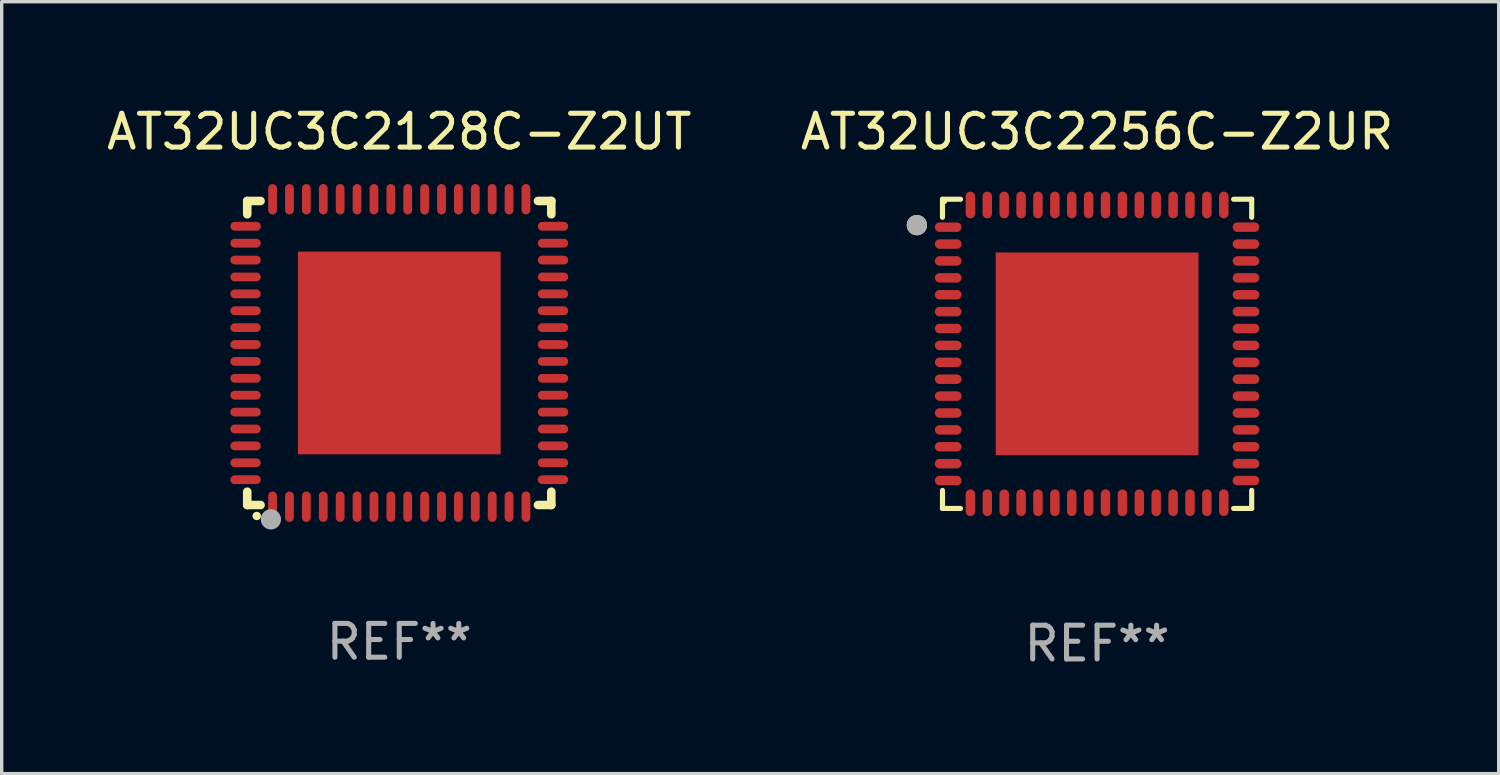
<source format=kicad_pcb>
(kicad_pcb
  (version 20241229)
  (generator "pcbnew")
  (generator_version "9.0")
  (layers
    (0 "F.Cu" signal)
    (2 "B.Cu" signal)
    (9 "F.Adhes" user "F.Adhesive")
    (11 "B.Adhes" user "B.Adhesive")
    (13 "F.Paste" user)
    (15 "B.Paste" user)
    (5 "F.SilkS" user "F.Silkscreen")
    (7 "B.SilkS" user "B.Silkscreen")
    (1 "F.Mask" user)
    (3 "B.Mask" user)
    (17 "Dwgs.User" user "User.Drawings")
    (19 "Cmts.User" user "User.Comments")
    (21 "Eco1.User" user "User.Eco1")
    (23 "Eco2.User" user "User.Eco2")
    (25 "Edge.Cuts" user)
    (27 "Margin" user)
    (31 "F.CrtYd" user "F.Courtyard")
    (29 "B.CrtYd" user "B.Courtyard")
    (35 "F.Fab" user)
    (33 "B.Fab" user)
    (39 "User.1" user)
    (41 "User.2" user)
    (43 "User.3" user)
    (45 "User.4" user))
  (footprint "AT32UC3C2128C-Z2UT"
    (layer "F.Cu")
    (at 8.768 7.398)
    (property "Reference" "AT32UC3C2128C-Z2UT" (at 0 -6.55 0) (layer "F.SilkS") (effects (font (size 1 1) (thickness 0.15))))
    (attr through_hole)
    (fp_line (start -4.5 -4.5) (end -4.106 -4.5) (stroke (width 0.254) (type solid)) (layer "F.SilkS"))
    (fp_line (start -4.5 -4.106) (end -4.5 -4.5) (stroke (width 0.254) (type solid)) (layer "F.SilkS"))
    (fp_line (start -4.5 4.5) (end -4.5 4.106) (stroke (width 0.254) (type solid)) (layer "F.SilkS"))
    (fp_line (start -4.106 4.5) (end -4.5 4.5) (stroke (width 0.254) (type solid)) (layer "F.SilkS"))
    (fp_line (start 4.106 -4.5) (end 4.5 -4.5) (stroke (width 0.254) (type solid)) (layer "F.SilkS"))
    (fp_line (start 4.5 -4.5) (end 4.5 -4.106) (stroke (width 0.254) (type solid)) (layer "F.SilkS"))
    (fp_line (start 4.5 4.106) (end 4.5 4.5) (stroke (width 0.254) (type solid)) (layer "F.SilkS"))
    (fp_line (start 4.5 4.5) (end 4.106 4.5) (stroke (width 0.254) (type solid)) (layer "F.SilkS"))
    (fp_arc (start -4.220041 4.824308) (mid -4.218771 4.824302) (end -4.217501 4.824308) (stroke (width 0.24892) (type solid)) (layer "F.SilkS"))
    (fp_circle (center -4.5 4.5) (end -4.47 4.5) (stroke (width 0.06) (type solid)) (fill no) (layer "F.SilkS"))
    (fp_circle (center -3.8 4.924) (end -3.65 4.924) (stroke (width 0.3) (type solid)) (fill no) (layer "F.Fab"))
    (fp_text user "REF**" (at 0 8.55 0) (layer "F.Fab") (effects (font (size 1 1) (thickness 0.15))))
    (pad "1" smd oval (at -3.75 4.55 90) (size 0.9 0.26) (layers "F.Cu" "F.Mask" "F.Paste"))
    (pad "2" smd oval (at -3.25 4.55 90) (size 0.9 0.26) (layers "F.Cu" "F.Mask" "F.Paste"))
    (pad "3" smd oval (at -2.75 4.55 90) (size 0.9 0.26) (layers "F.Cu" "F.Mask" "F.Paste"))
    (pad "4" smd oval (at -2.25 4.55 90) (size 0.9 0.26) (layers "F.Cu" "F.Mask" "F.Paste"))
    (pad "5" smd oval (at -1.75 4.55 90) (size 0.9 0.26) (layers "F.Cu" "F.Mask" "F.Paste"))
    (pad "6" smd oval (at -1.25 4.55 90) (size 0.9 0.26) (layers "F.Cu" "F.Mask" "F.Paste"))
    (pad "7" smd oval (at -0.75 4.55 90) (size 0.9 0.26) (layers "F.Cu" "F.Mask" "F.Paste"))
    (pad "8" smd oval (at -0.25 4.55 90) (size 0.9 0.26) (layers "F.Cu" "F.Mask" "F.Paste"))
    (pad "9" smd oval (at 0.25 4.55 90) (size 0.9 0.26) (layers "F.Cu" "F.Mask" "F.Paste"))
    (pad "10" smd oval (at 0.75 4.55 90) (size 0.9 0.26) (layers "F.Cu" "F.Mask" "F.Paste"))
    (pad "11" smd oval (at 1.25 4.55 90) (size 0.9 0.26) (layers "F.Cu" "F.Mask" "F.Paste"))
    (pad "12" smd oval (at 1.75 4.55 90) (size 0.9 0.26) (layers "F.Cu" "F.Mask" "F.Paste"))
    (pad "13" smd oval (at 2.25 4.55 90) (size 0.9 0.26) (layers "F.Cu" "F.Mask" "F.Paste"))
    (pad "14" smd oval (at 2.75 4.55 90) (size 0.9 0.26) (layers "F.Cu" "F.Mask" "F.Paste"))
    (pad "15" smd oval (at 3.25 4.55 90) (size 0.9 0.26) (layers "F.Cu" "F.Mask" "F.Paste"))
    (pad "16" smd oval (at 3.75 4.55 90) (size 0.9 0.26) (layers "F.Cu" "F.Mask" "F.Paste"))
    (pad "17" smd oval (at 4.55 3.75 90) (size 0.26 0.9) (layers "F.Cu" "F.Mask" "F.Paste"))
    (pad "18" smd oval (at 4.55 3.25 90) (size 0.26 0.9) (layers "F.Cu" "F.Mask" "F.Paste"))
    (pad "19" smd oval (at 4.55 2.75 90) (size 0.26 0.9) (layers "F.Cu" "F.Mask" "F.Paste"))
    (pad "20" smd oval (at 4.55 2.25 90) (size 0.26 0.9) (layers "F.Cu" "F.Mask" "F.Paste"))
    (pad "21" smd oval (at 4.55 1.75 90) (size 0.26 0.9) (layers "F.Cu" "F.Mask" "F.Paste"))
    (pad "22" smd oval (at 4.55 1.25 90) (size 0.26 0.9) (layers "F.Cu" "F.Mask" "F.Paste"))
    (pad "23" smd oval (at 4.55 0.75 90) (size 0.26 0.9) (layers "F.Cu" "F.Mask" "F.Paste"))
    (pad "24" smd oval (at 4.55 0.25 90) (size 0.26 0.9) (layers "F.Cu" "F.Mask" "F.Paste"))
    (pad "25" smd oval (at 4.55 -0.25 90) (size 0.26 0.9) (layers "F.Cu" "F.Mask" "F.Paste"))
    (pad "26" smd oval (at 4.55 -0.75 90) (size 0.26 0.9) (layers "F.Cu" "F.Mask" "F.Paste"))
    (pad "27" smd oval (at 4.55 -1.25 90) (size 0.26 0.9) (layers "F.Cu" "F.Mask" "F.Paste"))
    (pad "28" smd oval (at 4.55 -1.75 90) (size 0.26 0.9) (layers "F.Cu" "F.Mask" "F.Paste"))
    (pad "29" smd oval (at 4.55 -2.25 90) (size 0.26 0.9) (layers "F.Cu" "F.Mask" "F.Paste"))
    (pad "30" smd oval (at 4.55 -2.75 90) (size 0.26 0.9) (layers "F.Cu" "F.Mask" "F.Paste"))
    (pad "31" smd oval (at 4.55 -3.25 90) (size 0.26 0.9) (layers "F.Cu" "F.Mask" "F.Paste"))
    (pad "32" smd oval (at 4.55 -3.75 90) (size 0.26 0.9) (layers "F.Cu" "F.Mask" "F.Paste"))
    (pad "33" smd oval (at 3.75 -4.55 90) (size 0.9 0.26) (layers "F.Cu" "F.Mask" "F.Paste"))
    (pad "34" smd oval (at 3.25 -4.55 90) (size 0.9 0.26) (layers "F.Cu" "F.Mask" "F.Paste"))
    (pad "35" smd oval (at 2.75 -4.55 90) (size 0.9 0.26) (layers "F.Cu" "F.Mask" "F.Paste"))
    (pad "36" smd oval (at 2.25 -4.55 90) (size 0.9 0.26) (layers "F.Cu" "F.Mask" "F.Paste"))
    (pad "37" smd oval (at 1.75 -4.55 90) (size 0.9 0.26) (layers "F.Cu" "F.Mask" "F.Paste"))
    (pad "38" smd oval (at 1.25 -4.55 90) (size 0.9 0.26) (layers "F.Cu" "F.Mask" "F.Paste"))
    (pad "39" smd oval (at 0.75 -4.55 90) (size 0.9 0.26) (layers "F.Cu" "F.Mask" "F.Paste"))
    (pad "40" smd oval (at 0.25 -4.55 90) (size 0.9 0.26) (layers "F.Cu" "F.Mask" "F.Paste"))
    (pad "41" smd oval (at -0.25 -4.55 90) (size 0.9 0.26) (layers "F.Cu" "F.Mask" "F.Paste"))
    (pad "42" smd oval (at -0.75 -4.55 90) (size 0.9 0.26) (layers "F.Cu" "F.Mask" "F.Paste"))
    (pad "43" smd oval (at -1.25 -4.55 90) (size 0.9 0.26) (layers "F.Cu" "F.Mask" "F.Paste"))
    (pad "44" smd oval (at -1.75 -4.55 90) (size 0.9 0.26) (layers "F.Cu" "F.Mask" "F.Paste"))
    (pad "45" smd oval (at -2.25 -4.55 90) (size 0.9 0.26) (layers "F.Cu" "F.Mask" "F.Paste"))
    (pad "46" smd oval (at -2.75 -4.55 90) (size 0.9 0.26) (layers "F.Cu" "F.Mask" "F.Paste"))
    (pad "47" smd oval (at -3.25 -4.55 90) (size 0.9 0.26) (layers "F.Cu" "F.Mask" "F.Paste"))
    (pad "48" smd oval (at -3.75 -4.55 90) (size 0.9 0.26) (layers "F.Cu" "F.Mask" "F.Paste"))
    (pad "49" smd oval (at -4.55 -3.75 90) (size 0.26 0.9) (layers "F.Cu" "F.Mask" "F.Paste"))
    (pad "50" smd oval (at -4.55 -3.25 90) (size 0.26 0.9) (layers "F.Cu" "F.Mask" "F.Paste"))
    (pad "51" smd oval (at -4.55 -2.75 90) (size 0.26 0.9) (layers "F.Cu" "F.Mask" "F.Paste"))
    (pad "52" smd oval (at -4.55 -2.25 90) (size 0.26 0.9) (layers "F.Cu" "F.Mask" "F.Paste"))
    (pad "53" smd oval (at -4.55 -1.75 90) (size 0.26 0.9) (layers "F.Cu" "F.Mask" "F.Paste"))
    (pad "54" smd oval (at -4.55 -1.25 90) (size 0.26 0.9) (layers "F.Cu" "F.Mask" "F.Paste"))
    (pad "55" smd oval (at -4.55 -0.75 90) (size 0.26 0.9) (layers "F.Cu" "F.Mask" "F.Paste"))
    (pad "56" smd oval (at -4.55 -0.25 90) (size 0.26 0.9) (layers "F.Cu" "F.Mask" "F.Paste"))
    (pad "57" smd oval (at -4.55 0.25 90) (size 0.26 0.9) (layers "F.Cu" "F.Mask" "F.Paste"))
    (pad "58" smd oval (at -4.55 0.75 90) (size 0.26 0.9) (layers "F.Cu" "F.Mask" "F.Paste"))
    (pad "59" smd oval (at -4.55 1.25 90) (size 0.26 0.9) (layers "F.Cu" "F.Mask" "F.Paste"))
    (pad "60" smd oval (at -4.55 1.75 90) (size 0.26 0.9) (layers "F.Cu" "F.Mask" "F.Paste"))
    (pad "61" smd oval (at -4.55 2.25 90) (size 0.26 0.9) (layers "F.Cu" "F.Mask" "F.Paste"))
    (pad "62" smd oval (at -4.55 2.75 90) (size 0.26 0.9) (layers "F.Cu" "F.Mask" "F.Paste"))
    (pad "63" smd oval (at -4.55 3.25 90) (size 0.26 0.9) (layers "F.Cu" "F.Mask" "F.Paste"))
    (pad "64" smd oval (at -4.55 3.75 90) (size 0.26 0.9) (layers "F.Cu" "F.Mask" "F.Paste"))
    (pad "65" smd rect (at 0.000381 0 90) (size 6 6) (layers "F.Cu" "F.Mask" "F.Paste")))
  (footprint "AT32UC3C2256C-Z2UR"
    (layer "F.Cu")
    (at 29.423 7.424)
    (property "Reference" "AT32UC3C2256C-Z2UR" (at 0 -6.576 0) (layer "F.SilkS") (effects (font (size 1 1) (thickness 0.15))))
    (attr through_hole)
    (fp_line (start -4.576 -4.576) (end -4.042 -4.576) (stroke (width 0.152) (type solid)) (layer "F.SilkS"))
    (fp_line (start -4.576 -4.042) (end -4.576 -4.576) (stroke (width 0.152) (type solid)) (layer "F.SilkS"))
    (fp_line (start -4.576 4.042) (end -4.576 4.576) (stroke (width 0.152) (type solid)) (layer "F.SilkS"))
    (fp_line (start -4.576 4.576) (end -4.042 4.576) (stroke (width 0.152) (type solid)) (layer "F.SilkS"))
    (fp_line (start 4.576 -4.576) (end 4.042 -4.576) (stroke (width 0.152) (type solid)) (layer "F.SilkS"))
    (fp_line (start 4.576 -4.042) (end 4.576 -4.576) (stroke (width 0.152) (type solid)) (layer "F.SilkS"))
    (fp_line (start 4.576 4.042) (end 4.576 4.576) (stroke (width 0.152) (type solid)) (layer "F.SilkS"))
    (fp_line (start 4.576 4.576) (end 4.042 4.576) (stroke (width 0.152) (type solid)) (layer "F.SilkS"))
    (fp_circle (center -5.334 -3.81) (end -5.184 -3.81) (stroke (width 0.3) (type solid)) (fill no) (layer "F.SilkS"))
    (fp_circle (center -4.5 -4.5) (end -4.47 -4.5) (stroke (width 0.06) (type solid)) (fill no) (layer "F.SilkS"))
    (fp_circle (center -5.334 -3.81) (end -5.184 -3.81) (stroke (width 0.3) (type solid)) (fill no) (layer "F.Fab"))
    (fp_text user "REF**" (at 0 8.576 0) (layer "F.Fab") (effects (font (size 1 1) (thickness 0.15))))
    (pad "1" smd oval (at -4.407 -3.75) (size 0.79 0.28) (layers "F.Cu" "F.Mask" "F.Paste"))
    (pad "2" smd oval (at -4.407 -3.25) (size 0.79 0.28) (layers "F.Cu" "F.Mask" "F.Paste"))
    (pad "3" smd oval (at -4.407 -2.75) (size 0.79 0.28) (layers "F.Cu" "F.Mask" "F.Paste"))
    (pad "4" smd oval (at -4.407 -2.25) (size 0.79 0.28) (layers "F.Cu" "F.Mask" "F.Paste"))
    (pad "5" smd oval (at -4.407 -1.75) (size 0.79 0.28) (layers "F.Cu" "F.Mask" "F.Paste"))
    (pad "6" smd oval (at -4.407 -1.25) (size 0.79 0.28) (layers "F.Cu" "F.Mask" "F.Paste"))
    (pad "7" smd oval (at -4.407 -0.75) (size 0.79 0.28) (layers "F.Cu" "F.Mask" "F.Paste"))
    (pad "8" smd oval (at -4.407 -0.25) (size 0.79 0.28) (layers "F.Cu" "F.Mask" "F.Paste"))
    (pad "9" smd oval (at -4.407 0.25) (size 0.79 0.28) (layers "F.Cu" "F.Mask" "F.Paste"))
    (pad "10" smd oval (at -4.407 0.75) (size 0.79 0.28) (layers "F.Cu" "F.Mask" "F.Paste"))
    (pad "11" smd oval (at -4.407 1.25) (size 0.79 0.28) (layers "F.Cu" "F.Mask" "F.Paste"))
    (pad "12" smd oval (at -4.407 1.75) (size 0.79 0.28) (layers "F.Cu" "F.Mask" "F.Paste"))
    (pad "13" smd oval (at -4.407 2.25) (size 0.79 0.28) (layers "F.Cu" "F.Mask" "F.Paste"))
    (pad "14" smd oval (at -4.407 2.75) (size 0.79 0.28) (layers "F.Cu" "F.Mask" "F.Paste"))
    (pad "15" smd oval (at -4.407 3.25) (size 0.79 0.28) (layers "F.Cu" "F.Mask" "F.Paste"))
    (pad "16" smd oval (at -4.407 3.75) (size 0.79 0.28) (layers "F.Cu" "F.Mask" "F.Paste"))
    (pad "17" smd oval (at -3.75 4.407) (size 0.28 0.79) (layers "F.Cu" "F.Mask" "F.Paste"))
    (pad "18" smd oval (at -3.25 4.407) (size 0.28 0.79) (layers "F.Cu" "F.Mask" "F.Paste"))
    (pad "19" smd oval (at -2.75 4.407) (size 0.28 0.79) (layers "F.Cu" "F.Mask" "F.Paste"))
    (pad "20" smd oval (at -2.25 4.407) (size 0.28 0.79) (layers "F.Cu" "F.Mask" "F.Paste"))
    (pad "21" smd oval (at -1.75 4.407) (size 0.28 0.79) (layers "F.Cu" "F.Mask" "F.Paste"))
    (pad "22" smd oval (at -1.25 4.407) (size 0.28 0.79) (layers "F.Cu" "F.Mask" "F.Paste"))
    (pad "23" smd oval (at -0.75 4.407) (size 0.28 0.79) (layers "F.Cu" "F.Mask" "F.Paste"))
    (pad "24" smd oval (at -0.25 4.407) (size 0.28 0.79) (layers "F.Cu" "F.Mask" "F.Paste"))
    (pad "25" smd oval (at 0.25 4.407) (size 0.28 0.79) (layers "F.Cu" "F.Mask" "F.Paste"))
    (pad "26" smd oval (at 0.75 4.407) (size 0.28 0.79) (layers "F.Cu" "F.Mask" "F.Paste"))
    (pad "27" smd oval (at 1.25 4.407) (size 0.28 0.79) (layers "F.Cu" "F.Mask" "F.Paste"))
    (pad "28" smd oval (at 1.75 4.407) (size 0.28 0.79) (layers "F.Cu" "F.Mask" "F.Paste"))
    (pad "29" smd oval (at 2.25 4.407) (size 0.28 0.79) (layers "F.Cu" "F.Mask" "F.Paste"))
    (pad "30" smd oval (at 2.75 4.407) (size 0.28 0.79) (layers "F.Cu" "F.Mask" "F.Paste"))
    (pad "31" smd oval (at 3.25 4.407) (size 0.28 0.79) (layers "F.Cu" "F.Mask" "F.Paste"))
    (pad "32" smd oval (at 3.75 4.407) (size 0.28 0.79) (layers "F.Cu" "F.Mask" "F.Paste"))
    (pad "33" smd oval (at 4.407 3.75) (size 0.79 0.28) (layers "F.Cu" "F.Mask" "F.Paste"))
    (pad "34" smd oval (at 4.407 3.25) (size 0.79 0.28) (layers "F.Cu" "F.Mask" "F.Paste"))
    (pad "35" smd oval (at 4.407 2.75) (size 0.79 0.28) (layers "F.Cu" "F.Mask" "F.Paste"))
    (pad "36" smd oval (at 4.407 2.25) (size 0.79 0.28) (layers "F.Cu" "F.Mask" "F.Paste"))
    (pad "37" smd oval (at 4.407 1.75) (size 0.79 0.28) (layers "F.Cu" "F.Mask" "F.Paste"))
    (pad "38" smd oval (at 4.407 1.25) (size 0.79 0.28) (layers "F.Cu" "F.Mask" "F.Paste"))
    (pad "39" smd oval (at 4.407 0.75) (size 0.79 0.28) (layers "F.Cu" "F.Mask" "F.Paste"))
    (pad "40" smd oval (at 4.407 0.25) (size 0.79 0.28) (layers "F.Cu" "F.Mask" "F.Paste"))
    (pad "41" smd oval (at 4.407 -0.25) (size 0.79 0.28) (layers "F.Cu" "F.Mask" "F.Paste"))
    (pad "42" smd oval (at 4.407 -0.75) (size 0.79 0.28) (layers "F.Cu" "F.Mask" "F.Paste"))
    (pad "43" smd oval (at 4.407 -1.25) (size 0.79 0.28) (layers "F.Cu" "F.Mask" "F.Paste"))
    (pad "44" smd oval (at 4.407 -1.75) (size 0.79 0.28) (layers "F.Cu" "F.Mask" "F.Paste"))
    (pad "45" smd oval (at 4.407 -2.25) (size 0.79 0.28) (layers "F.Cu" "F.Mask" "F.Paste"))
    (pad "46" smd oval (at 4.407 -2.75) (size 0.79 0.28) (layers "F.Cu" "F.Mask" "F.Paste"))
    (pad "47" smd oval (at 4.407 -3.25) (size 0.79 0.28) (layers "F.Cu" "F.Mask" "F.Paste"))
    (pad "48" smd oval (at 4.407 -3.75) (size 0.79 0.28) (layers "F.Cu" "F.Mask" "F.Paste"))
    (pad "49" smd oval (at 3.75 -4.407) (size 0.28 0.79) (layers "F.Cu" "F.Mask" "F.Paste"))
    (pad "50" smd oval (at 3.25 -4.407) (size 0.28 0.79) (layers "F.Cu" "F.Mask" "F.Paste"))
    (pad "51" smd oval (at 2.75 -4.407) (size 0.28 0.79) (layers "F.Cu" "F.Mask" "F.Paste"))
    (pad "52" smd oval (at 2.25 -4.407) (size 0.28 0.79) (layers "F.Cu" "F.Mask" "F.Paste"))
    (pad "53" smd oval (at 1.75 -4.407) (size 0.28 0.79) (layers "F.Cu" "F.Mask" "F.Paste"))
    (pad "54" smd oval (at 1.25 -4.407) (size 0.28 0.79) (layers "F.Cu" "F.Mask" "F.Paste"))
    (pad "55" smd oval (at 0.75 -4.407) (size 0.28 0.79) (layers "F.Cu" "F.Mask" "F.Paste"))
    (pad "56" smd oval (at 0.25 -4.407) (size 0.28 0.79) (layers "F.Cu" "F.Mask" "F.Paste"))
    (pad "57" smd oval (at -0.25 -4.407) (size 0.28 0.79) (layers "F.Cu" "F.Mask" "F.Paste"))
    (pad "58" smd oval (at -0.75 -4.407) (size 0.28 0.79) (layers "F.Cu" "F.Mask" "F.Paste"))
    (pad "59" smd oval (at -1.25 -4.407) (size 0.28 0.79) (layers "F.Cu" "F.Mask" "F.Paste"))
    (pad "60" smd oval (at -1.75 -4.407) (size 0.28 0.79) (layers "F.Cu" "F.Mask" "F.Paste"))
    (pad "61" smd oval (at -2.25 -4.407) (size 0.28 0.79) (layers "F.Cu" "F.Mask" "F.Paste"))
    (pad "62" smd oval (at -2.75 -4.407) (size 0.28 0.79) (layers "F.Cu" "F.Mask" "F.Paste"))
    (pad "63" smd oval (at -3.25 -4.407) (size 0.28 0.79) (layers "F.Cu" "F.Mask" "F.Paste"))
    (pad "64" smd oval (at -3.75 -4.407) (size 0.28 0.79) (layers "F.Cu" "F.Mask" "F.Paste"))
    (pad "65" smd rect (at 0 0) (size 6 6) (layers "F.Cu" "F.Mask" "F.Paste")))
  (gr_rect
    (start -3 -3)
    (end 41.31 19.849)
    (stroke (width 0.1) (type default))
    (fill no)
    (layer "Edge.Cuts")))
</source>
